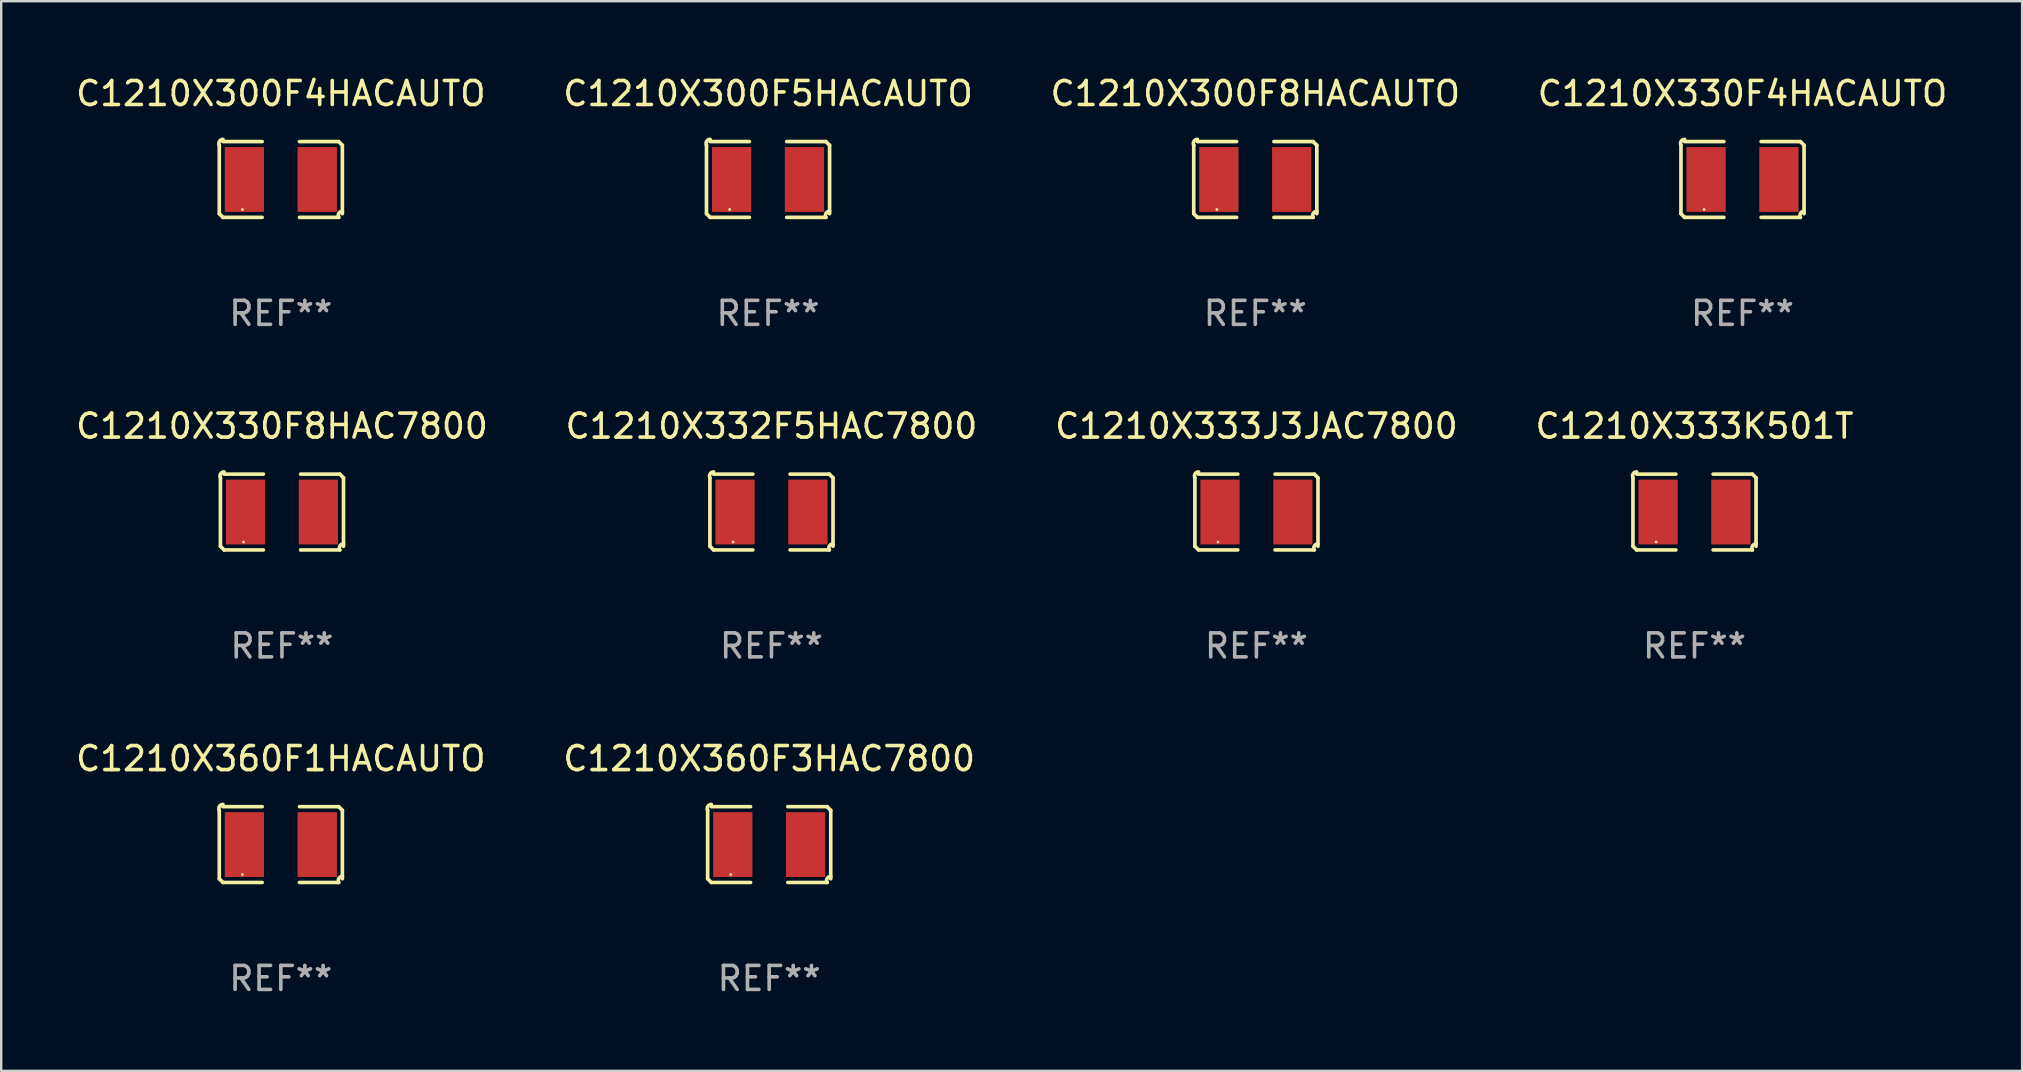
<source format=kicad_pcb>
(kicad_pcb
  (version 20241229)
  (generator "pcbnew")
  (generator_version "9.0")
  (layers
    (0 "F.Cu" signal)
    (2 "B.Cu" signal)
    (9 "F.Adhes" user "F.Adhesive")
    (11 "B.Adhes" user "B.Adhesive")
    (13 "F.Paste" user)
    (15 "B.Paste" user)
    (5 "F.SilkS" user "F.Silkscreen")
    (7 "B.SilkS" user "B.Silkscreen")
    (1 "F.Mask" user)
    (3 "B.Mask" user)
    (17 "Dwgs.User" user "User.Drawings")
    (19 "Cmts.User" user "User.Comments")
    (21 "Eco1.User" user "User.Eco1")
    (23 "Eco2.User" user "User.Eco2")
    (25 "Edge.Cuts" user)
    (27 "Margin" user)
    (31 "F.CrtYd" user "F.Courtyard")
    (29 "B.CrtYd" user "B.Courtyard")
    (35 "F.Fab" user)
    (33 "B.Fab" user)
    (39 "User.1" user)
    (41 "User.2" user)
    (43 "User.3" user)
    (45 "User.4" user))
  (footprint "C1210X333J3JAC7800"
    (layer "F.Cu")
    (at 49.292 18.281)
    (property "Reference" "C1210X333J3JAC7800" (at 0 -3.579 0) (layer "F.SilkS") (effects (font (size 1 1) (thickness 0.15))))
    (attr through_hole)
    (fp_line (start -2.564 1.426) (end -2.564 -1.426) (stroke (width 0.152) (type solid)) (layer "F.SilkS"))
    (fp_line (start -2.411 -1.579) (end -0.776 -1.579) (stroke (width 0.152) (type solid)) (layer "F.SilkS"))
    (fp_line (start -0.776 1.579) (end -2.411 1.579) (stroke (width 0.152) (type solid)) (layer "F.SilkS"))
    (fp_line (start 0.776 1.579) (end 2.411 1.579) (stroke (width 0.152) (type solid)) (layer "F.SilkS"))
    (fp_line (start 2.411 -1.579) (end 0.776 -1.579) (stroke (width 0.152) (type solid)) (layer "F.SilkS"))
    (fp_line (start 2.564 1.426) (end 2.564 -1.426) (stroke (width 0.152) (type solid)) (layer "F.SilkS"))
    (fp_arc (start -2.563602 -1.426213) (mid -2.555597 -1.591233) (end -2.411201 -1.671518) (stroke (width 0.1524) (type solid)) (layer "F.SilkS"))
    (fp_arc (start -2.5636 1.426214) (mid -2.487389 1.502402) (end -2.411201 1.578613) (stroke (width 0.1524) (type solid)) (layer "F.SilkS"))
    (fp_arc (start 2.411197 -1.578618) (mid 2.487403 -1.502419) (end 2.563602 -1.426213) (stroke (width 0.1524) (type solid)) (layer "F.SilkS"))
    (fp_arc (start 2.411201 1.578613) (mid 2.416214 1.409455) (end 2.563602 1.32629) (stroke (width 0.1524) (type solid)) (layer "F.SilkS"))
    (fp_circle (center -1.6 1.25) (end -1.57 1.25) (stroke (width 0.06) (type solid)) (fill no) (layer "F.SilkS"))
    (fp_text user "REF**" (at 0 5.579 0) (layer "F.Fab") (effects (font (size 1 1) (thickness 0.15))))
    (pad "1" smd rect (at -1.517 0) (size 1.635 2.7) (layers "F.Cu" "F.Mask" "F.Paste"))
    (pad "2" smd rect (at 1.517 0) (size 1.635 2.7) (layers "F.Cu" "F.Mask" "F.Paste")))
  (footprint "C1210X330F8HAC7800"
    (layer "F.Cu")
    (at 8.696 18.281)
    (property "Reference" "C1210X330F8HAC7800" (at 0 -3.579 0) (layer "F.SilkS") (effects (font (size 1 1) (thickness 0.15))))
    (attr through_hole)
    (fp_line (start -2.564 1.426) (end -2.564 -1.426) (stroke (width 0.152) (type solid)) (layer "F.SilkS"))
    (fp_line (start -2.411 -1.579) (end -0.776 -1.579) (stroke (width 0.152) (type solid)) (layer "F.SilkS"))
    (fp_line (start -0.776 1.579) (end -2.411 1.579) (stroke (width 0.152) (type solid)) (layer "F.SilkS"))
    (fp_line (start 0.776 1.579) (end 2.411 1.579) (stroke (width 0.152) (type solid)) (layer "F.SilkS"))
    (fp_line (start 2.411 -1.579) (end 0.776 -1.579) (stroke (width 0.152) (type solid)) (layer "F.SilkS"))
    (fp_line (start 2.564 1.426) (end 2.564 -1.426) (stroke (width 0.152) (type solid)) (layer "F.SilkS"))
    (fp_arc (start -2.563602 -1.426213) (mid -2.555597 -1.591233) (end -2.411201 -1.671518) (stroke (width 0.1524) (type solid)) (layer "F.SilkS"))
    (fp_arc (start -2.5636 1.426214) (mid -2.487389 1.502402) (end -2.411201 1.578613) (stroke (width 0.1524) (type solid)) (layer "F.SilkS"))
    (fp_arc (start 2.411197 -1.578618) (mid 2.487403 -1.502419) (end 2.563602 -1.426213) (stroke (width 0.1524) (type solid)) (layer "F.SilkS"))
    (fp_arc (start 2.411201 1.578613) (mid 2.416214 1.409455) (end 2.563602 1.32629) (stroke (width 0.1524) (type solid)) (layer "F.SilkS"))
    (fp_circle (center -1.6 1.25) (end -1.57 1.25) (stroke (width 0.06) (type solid)) (fill no) (layer "F.SilkS"))
    (fp_text user "REF**" (at 0 5.579 0) (layer "F.Fab") (effects (font (size 1 1) (thickness 0.15))))
    (pad "1" smd rect (at -1.517 0) (size 1.635 2.7) (layers "F.Cu" "F.Mask" "F.Paste"))
    (pad "2" smd rect (at 1.517 0) (size 1.635 2.7) (layers "F.Cu" "F.Mask" "F.Paste")))
  (footprint "C1210X330F4HACAUTO"
    (layer "F.Cu")
    (at 69.542 4.427)
    (property "Reference" "C1210X330F4HACAUTO" (at 0 -3.579 0) (layer "F.SilkS") (effects (font (size 1 1) (thickness 0.15))))
    (attr through_hole)
    (fp_line (start -2.564 1.426) (end -2.564 -1.426) (stroke (width 0.152) (type solid)) (layer "F.SilkS"))
    (fp_line (start -2.411 -1.579) (end -0.776 -1.579) (stroke (width 0.152) (type solid)) (layer "F.SilkS"))
    (fp_line (start -0.776 1.579) (end -2.411 1.579) (stroke (width 0.152) (type solid)) (layer "F.SilkS"))
    (fp_line (start 0.776 1.579) (end 2.411 1.579) (stroke (width 0.152) (type solid)) (layer "F.SilkS"))
    (fp_line (start 2.411 -1.579) (end 0.776 -1.579) (stroke (width 0.152) (type solid)) (layer "F.SilkS"))
    (fp_line (start 2.564 1.426) (end 2.564 -1.426) (stroke (width 0.152) (type solid)) (layer "F.SilkS"))
    (fp_arc (start -2.563602 -1.426213) (mid -2.555597 -1.591233) (end -2.411201 -1.671518) (stroke (width 0.1524) (type solid)) (layer "F.SilkS"))
    (fp_arc (start -2.5636 1.426214) (mid -2.487389 1.502402) (end -2.411201 1.578613) (stroke (width 0.1524) (type solid)) (layer "F.SilkS"))
    (fp_arc (start 2.411197 -1.578618) (mid 2.487403 -1.502419) (end 2.563602 -1.426213) (stroke (width 0.1524) (type solid)) (layer "F.SilkS"))
    (fp_arc (start 2.411201 1.578613) (mid 2.416214 1.409455) (end 2.563602 1.32629) (stroke (width 0.1524) (type solid)) (layer "F.SilkS"))
    (fp_circle (center -1.6 1.25) (end -1.57 1.25) (stroke (width 0.06) (type solid)) (fill no) (layer "F.SilkS"))
    (fp_text user "REF**" (at 0 5.579 0) (layer "F.Fab") (effects (font (size 1 1) (thickness 0.15))))
    (pad "1" smd rect (at -1.517 0) (size 1.635 2.7) (layers "F.Cu" "F.Mask" "F.Paste"))
    (pad "2" smd rect (at 1.517 0) (size 1.635 2.7) (layers "F.Cu" "F.Mask" "F.Paste")))
  (footprint "C1210X333K501T"
    (layer "F.Cu")
    (at 67.542 18.281)
    (property "Reference" "C1210X333K501T" (at 0 -3.579 0) (layer "F.SilkS") (effects (font (size 1 1) (thickness 0.15))))
    (attr through_hole)
    (fp_line (start -2.564 1.426) (end -2.564 -1.426) (stroke (width 0.152) (type solid)) (layer "F.SilkS"))
    (fp_line (start -2.411 -1.579) (end -0.776 -1.579) (stroke (width 0.152) (type solid)) (layer "F.SilkS"))
    (fp_line (start -0.776 1.579) (end -2.411 1.579) (stroke (width 0.152) (type solid)) (layer "F.SilkS"))
    (fp_line (start 0.776 1.579) (end 2.411 1.579) (stroke (width 0.152) (type solid)) (layer "F.SilkS"))
    (fp_line (start 2.411 -1.579) (end 0.776 -1.579) (stroke (width 0.152) (type solid)) (layer "F.SilkS"))
    (fp_line (start 2.564 1.426) (end 2.564 -1.426) (stroke (width 0.152) (type solid)) (layer "F.SilkS"))
    (fp_arc (start -2.563602 -1.426213) (mid -2.555597 -1.591233) (end -2.411201 -1.671518) (stroke (width 0.1524) (type solid)) (layer "F.SilkS"))
    (fp_arc (start -2.5636 1.426214) (mid -2.487389 1.502402) (end -2.411201 1.578613) (stroke (width 0.1524) (type solid)) (layer "F.SilkS"))
    (fp_arc (start 2.411197 -1.578618) (mid 2.487403 -1.502419) (end 2.563602 -1.426213) (stroke (width 0.1524) (type solid)) (layer "F.SilkS"))
    (fp_arc (start 2.411201 1.578613) (mid 2.416214 1.409455) (end 2.563602 1.32629) (stroke (width 0.1524) (type solid)) (layer "F.SilkS"))
    (fp_circle (center -1.6 1.25) (end -1.57 1.25) (stroke (width 0.06) (type solid)) (fill no) (layer "F.SilkS"))
    (fp_text user "REF**" (at 0 5.579 0) (layer "F.Fab") (effects (font (size 1 1) (thickness 0.15))))
    (pad "1" smd rect (at -1.517 0) (size 1.635 2.7) (layers "F.Cu" "F.Mask" "F.Paste"))
    (pad "2" smd rect (at 1.517 0) (size 1.635 2.7) (layers "F.Cu" "F.Mask" "F.Paste")))
  (footprint "C1210X300F4HACAUTO"
    (layer "F.Cu")
    (at 8.649 4.427)
    (property "Reference" "C1210X300F4HACAUTO" (at 0 -3.579 0) (layer "F.SilkS") (effects (font (size 1 1) (thickness 0.15))))
    (attr through_hole)
    (fp_line (start -2.564 1.426) (end -2.564 -1.426) (stroke (width 0.152) (type solid)) (layer "F.SilkS"))
    (fp_line (start -2.411 -1.579) (end -0.776 -1.579) (stroke (width 0.152) (type solid)) (layer "F.SilkS"))
    (fp_line (start -0.776 1.579) (end -2.411 1.579) (stroke (width 0.152) (type solid)) (layer "F.SilkS"))
    (fp_line (start 0.776 1.579) (end 2.411 1.579) (stroke (width 0.152) (type solid)) (layer "F.SilkS"))
    (fp_line (start 2.411 -1.579) (end 0.776 -1.579) (stroke (width 0.152) (type solid)) (layer "F.SilkS"))
    (fp_line (start 2.564 1.426) (end 2.564 -1.426) (stroke (width 0.152) (type solid)) (layer "F.SilkS"))
    (fp_arc (start -2.563602 -1.426213) (mid -2.555597 -1.591233) (end -2.411201 -1.671518) (stroke (width 0.1524) (type solid)) (layer "F.SilkS"))
    (fp_arc (start -2.5636 1.426214) (mid -2.487389 1.502402) (end -2.411201 1.578613) (stroke (width 0.1524) (type solid)) (layer "F.SilkS"))
    (fp_arc (start 2.411197 -1.578618) (mid 2.487403 -1.502419) (end 2.563602 -1.426213) (stroke (width 0.1524) (type solid)) (layer "F.SilkS"))
    (fp_arc (start 2.411201 1.578613) (mid 2.416214 1.409455) (end 2.563602 1.32629) (stroke (width 0.1524) (type solid)) (layer "F.SilkS"))
    (fp_circle (center -1.6 1.25) (end -1.57 1.25) (stroke (width 0.06) (type solid)) (fill no) (layer "F.SilkS"))
    (fp_text user "REF**" (at 0 5.579 0) (layer "F.Fab") (effects (font (size 1 1) (thickness 0.15))))
    (pad "1" smd rect (at -1.517 0) (size 1.635 2.7) (layers "F.Cu" "F.Mask" "F.Paste"))
    (pad "2" smd rect (at 1.517 0) (size 1.635 2.7) (layers "F.Cu" "F.Mask" "F.Paste")))
  (footprint "C1210X300F8HACAUTO"
    (layer "F.Cu")
    (at 49.244 4.427)
    (property "Reference" "C1210X300F8HACAUTO" (at 0 -3.579 0) (layer "F.SilkS") (effects (font (size 1 1) (thickness 0.15))))
    (attr through_hole)
    (fp_line (start -2.564 1.426) (end -2.564 -1.426) (stroke (width 0.152) (type solid)) (layer "F.SilkS"))
    (fp_line (start -2.411 -1.579) (end -0.776 -1.579) (stroke (width 0.152) (type solid)) (layer "F.SilkS"))
    (fp_line (start -0.776 1.579) (end -2.411 1.579) (stroke (width 0.152) (type solid)) (layer "F.SilkS"))
    (fp_line (start 0.776 1.579) (end 2.411 1.579) (stroke (width 0.152) (type solid)) (layer "F.SilkS"))
    (fp_line (start 2.411 -1.579) (end 0.776 -1.579) (stroke (width 0.152) (type solid)) (layer "F.SilkS"))
    (fp_line (start 2.564 1.426) (end 2.564 -1.426) (stroke (width 0.152) (type solid)) (layer "F.SilkS"))
    (fp_arc (start -2.563602 -1.426213) (mid -2.555597 -1.591233) (end -2.411201 -1.671518) (stroke (width 0.1524) (type solid)) (layer "F.SilkS"))
    (fp_arc (start -2.5636 1.426214) (mid -2.487389 1.502402) (end -2.411201 1.578613) (stroke (width 0.1524) (type solid)) (layer "F.SilkS"))
    (fp_arc (start 2.411197 -1.578618) (mid 2.487403 -1.502419) (end 2.563602 -1.426213) (stroke (width 0.1524) (type solid)) (layer "F.SilkS"))
    (fp_arc (start 2.411201 1.578613) (mid 2.416214 1.409455) (end 2.563602 1.32629) (stroke (width 0.1524) (type solid)) (layer "F.SilkS"))
    (fp_circle (center -1.6 1.25) (end -1.57 1.25) (stroke (width 0.06) (type solid)) (fill no) (layer "F.SilkS"))
    (fp_text user "REF**" (at 0 5.579 0) (layer "F.Fab") (effects (font (size 1 1) (thickness 0.15))))
    (pad "1" smd rect (at -1.517 0) (size 1.635 2.7) (layers "F.Cu" "F.Mask" "F.Paste"))
    (pad "2" smd rect (at 1.517 0) (size 1.635 2.7) (layers "F.Cu" "F.Mask" "F.Paste")))
  (footprint "C1210X360F1HACAUTO"
    (layer "F.Cu")
    (at 8.649 32.134)
    (property "Reference" "C1210X360F1HACAUTO" (at 0 -3.579 0) (layer "F.SilkS") (effects (font (size 1 1) (thickness 0.15))))
    (attr through_hole)
    (fp_line (start -2.564 1.426) (end -2.564 -1.426) (stroke (width 0.152) (type solid)) (layer "F.SilkS"))
    (fp_line (start -2.411 -1.579) (end -0.776 -1.579) (stroke (width 0.152) (type solid)) (layer "F.SilkS"))
    (fp_line (start -0.776 1.579) (end -2.411 1.579) (stroke (width 0.152) (type solid)) (layer "F.SilkS"))
    (fp_line (start 0.776 1.579) (end 2.411 1.579) (stroke (width 0.152) (type solid)) (layer "F.SilkS"))
    (fp_line (start 2.411 -1.579) (end 0.776 -1.579) (stroke (width 0.152) (type solid)) (layer "F.SilkS"))
    (fp_line (start 2.564 1.426) (end 2.564 -1.426) (stroke (width 0.152) (type solid)) (layer "F.SilkS"))
    (fp_arc (start -2.563602 -1.426213) (mid -2.555597 -1.591233) (end -2.411201 -1.671518) (stroke (width 0.1524) (type solid)) (layer "F.SilkS"))
    (fp_arc (start -2.5636 1.426214) (mid -2.487389 1.502402) (end -2.411201 1.578613) (stroke (width 0.1524) (type solid)) (layer "F.SilkS"))
    (fp_arc (start 2.411197 -1.578618) (mid 2.487403 -1.502419) (end 2.563602 -1.426213) (stroke (width 0.1524) (type solid)) (layer "F.SilkS"))
    (fp_arc (start 2.411201 1.578613) (mid 2.416214 1.409455) (end 2.563602 1.32629) (stroke (width 0.1524) (type solid)) (layer "F.SilkS"))
    (fp_circle (center -1.6 1.25) (end -1.57 1.25) (stroke (width 0.06) (type solid)) (fill no) (layer "F.SilkS"))
    (fp_text user "REF**" (at 0 5.579 0) (layer "F.Fab") (effects (font (size 1 1) (thickness 0.15))))
    (pad "1" smd rect (at -1.517 0) (size 1.635 2.7) (layers "F.Cu" "F.Mask" "F.Paste"))
    (pad "2" smd rect (at 1.517 0) (size 1.635 2.7) (layers "F.Cu" "F.Mask" "F.Paste")))
  (footprint "C1210X300F5HACAUTO"
    (layer "F.Cu")
    (at 28.946 4.427)
    (property "Reference" "C1210X300F5HACAUTO" (at 0 -3.579 0) (layer "F.SilkS") (effects (font (size 1 1) (thickness 0.15))))
    (attr through_hole)
    (fp_line (start -2.564 1.426) (end -2.564 -1.426) (stroke (width 0.152) (type solid)) (layer "F.SilkS"))
    (fp_line (start -2.411 -1.579) (end -0.776 -1.579) (stroke (width 0.152) (type solid)) (layer "F.SilkS"))
    (fp_line (start -0.776 1.579) (end -2.411 1.579) (stroke (width 0.152) (type solid)) (layer "F.SilkS"))
    (fp_line (start 0.776 1.579) (end 2.411 1.579) (stroke (width 0.152) (type solid)) (layer "F.SilkS"))
    (fp_line (start 2.411 -1.579) (end 0.776 -1.579) (stroke (width 0.152) (type solid)) (layer "F.SilkS"))
    (fp_line (start 2.564 1.426) (end 2.564 -1.426) (stroke (width 0.152) (type solid)) (layer "F.SilkS"))
    (fp_arc (start -2.563602 -1.426213) (mid -2.555597 -1.591233) (end -2.411201 -1.671518) (stroke (width 0.1524) (type solid)) (layer "F.SilkS"))
    (fp_arc (start -2.5636 1.426214) (mid -2.487389 1.502402) (end -2.411201 1.578613) (stroke (width 0.1524) (type solid)) (layer "F.SilkS"))
    (fp_arc (start 2.411197 -1.578618) (mid 2.487403 -1.502419) (end 2.563602 -1.426213) (stroke (width 0.1524) (type solid)) (layer "F.SilkS"))
    (fp_arc (start 2.411201 1.578613) (mid 2.416214 1.409455) (end 2.563602 1.32629) (stroke (width 0.1524) (type solid)) (layer "F.SilkS"))
    (fp_circle (center -1.6 1.25) (end -1.57 1.25) (stroke (width 0.06) (type solid)) (fill no) (layer "F.SilkS"))
    (fp_text user "REF**" (at 0 5.579 0) (layer "F.Fab") (effects (font (size 1 1) (thickness 0.15))))
    (pad "1" smd rect (at -1.517 0) (size 1.635 2.7) (layers "F.Cu" "F.Mask" "F.Paste"))
    (pad "2" smd rect (at 1.517 0) (size 1.635 2.7) (layers "F.Cu" "F.Mask" "F.Paste")))
  (footprint "C1210X332F5HAC7800"
    (layer "F.Cu")
    (at 29.089 18.281)
    (property "Reference" "C1210X332F5HAC7800" (at 0 -3.579 0) (layer "F.SilkS") (effects (font (size 1 1) (thickness 0.15))))
    (attr through_hole)
    (fp_line (start -2.564 1.426) (end -2.564 -1.426) (stroke (width 0.152) (type solid)) (layer "F.SilkS"))
    (fp_line (start -2.411 -1.579) (end -0.776 -1.579) (stroke (width 0.152) (type solid)) (layer "F.SilkS"))
    (fp_line (start -0.776 1.579) (end -2.411 1.579) (stroke (width 0.152) (type solid)) (layer "F.SilkS"))
    (fp_line (start 0.776 1.579) (end 2.411 1.579) (stroke (width 0.152) (type solid)) (layer "F.SilkS"))
    (fp_line (start 2.411 -1.579) (end 0.776 -1.579) (stroke (width 0.152) (type solid)) (layer "F.SilkS"))
    (fp_line (start 2.564 1.426) (end 2.564 -1.426) (stroke (width 0.152) (type solid)) (layer "F.SilkS"))
    (fp_arc (start -2.563602 -1.426213) (mid -2.555597 -1.591233) (end -2.411201 -1.671518) (stroke (width 0.1524) (type solid)) (layer "F.SilkS"))
    (fp_arc (start -2.5636 1.426214) (mid -2.487389 1.502402) (end -2.411201 1.578613) (stroke (width 0.1524) (type solid)) (layer "F.SilkS"))
    (fp_arc (start 2.411197 -1.578618) (mid 2.487403 -1.502419) (end 2.563602 -1.426213) (stroke (width 0.1524) (type solid)) (layer "F.SilkS"))
    (fp_arc (start 2.411201 1.578613) (mid 2.416214 1.409455) (end 2.563602 1.32629) (stroke (width 0.1524) (type solid)) (layer "F.SilkS"))
    (fp_circle (center -1.6 1.25) (end -1.57 1.25) (stroke (width 0.06) (type solid)) (fill no) (layer "F.SilkS"))
    (fp_text user "REF**" (at 0 5.579 0) (layer "F.Fab") (effects (font (size 1 1) (thickness 0.15))))
    (pad "1" smd rect (at -1.517 0) (size 1.635 2.7) (layers "F.Cu" "F.Mask" "F.Paste"))
    (pad "2" smd rect (at 1.517 0) (size 1.635 2.7) (layers "F.Cu" "F.Mask" "F.Paste")))
  (footprint "C1210X360F3HAC7800"
    (layer "F.Cu")
    (at 28.994 32.134)
    (property "Reference" "C1210X360F3HAC7800" (at 0 -3.579 0) (layer "F.SilkS") (effects (font (size 1 1) (thickness 0.15))))
    (attr through_hole)
    (fp_line (start -2.564 1.426) (end -2.564 -1.426) (stroke (width 0.152) (type solid)) (layer "F.SilkS"))
    (fp_line (start -2.411 -1.579) (end -0.776 -1.579) (stroke (width 0.152) (type solid)) (layer "F.SilkS"))
    (fp_line (start -0.776 1.579) (end -2.411 1.579) (stroke (width 0.152) (type solid)) (layer "F.SilkS"))
    (fp_line (start 0.776 1.579) (end 2.411 1.579) (stroke (width 0.152) (type solid)) (layer "F.SilkS"))
    (fp_line (start 2.411 -1.579) (end 0.776 -1.579) (stroke (width 0.152) (type solid)) (layer "F.SilkS"))
    (fp_line (start 2.564 1.426) (end 2.564 -1.426) (stroke (width 0.152) (type solid)) (layer "F.SilkS"))
    (fp_arc (start -2.563602 -1.426213) (mid -2.555597 -1.591233) (end -2.411201 -1.671518) (stroke (width 0.1524) (type solid)) (layer "F.SilkS"))
    (fp_arc (start -2.5636 1.426214) (mid -2.487389 1.502402) (end -2.411201 1.578613) (stroke (width 0.1524) (type solid)) (layer "F.SilkS"))
    (fp_arc (start 2.411197 -1.578618) (mid 2.487403 -1.502419) (end 2.563602 -1.426213) (stroke (width 0.1524) (type solid)) (layer "F.SilkS"))
    (fp_arc (start 2.411201 1.578613) (mid 2.416214 1.409455) (end 2.563602 1.32629) (stroke (width 0.1524) (type solid)) (layer "F.SilkS"))
    (fp_circle (center -1.6 1.25) (end -1.57 1.25) (stroke (width 0.06) (type solid)) (fill no) (layer "F.SilkS"))
    (fp_text user "REF**" (at 0 5.579 0) (layer "F.Fab") (effects (font (size 1 1) (thickness 0.15))))
    (pad "1" smd rect (at -1.517 0) (size 1.635 2.7) (layers "F.Cu" "F.Mask" "F.Paste"))
    (pad "2" smd rect (at 1.517 0) (size 1.635 2.7) (layers "F.Cu" "F.Mask" "F.Paste")))
  (gr_rect
    (start -3 -3)
    (end 81.19 41.561)
    (stroke (width 0.1) (type default))
    (fill no)
    (layer "Edge.Cuts")))
</source>
